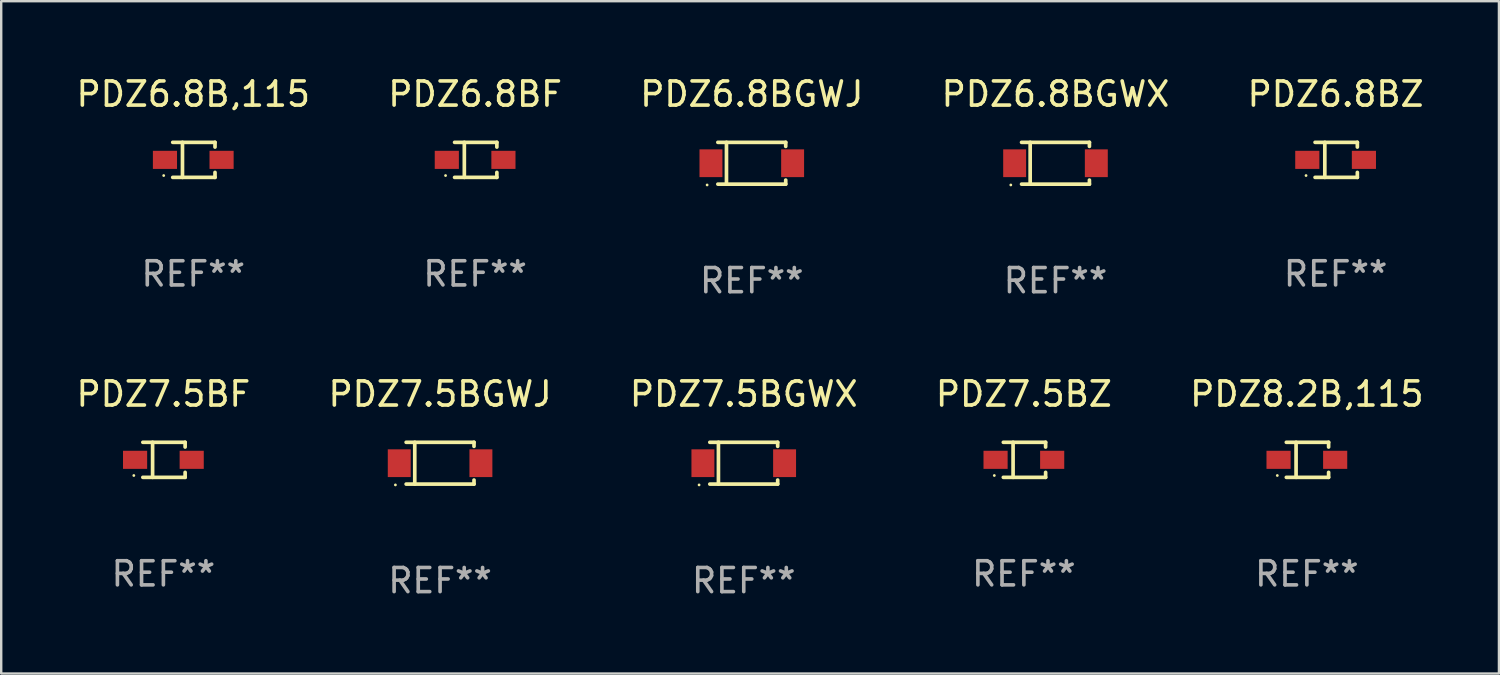
<source format=kicad_pcb>
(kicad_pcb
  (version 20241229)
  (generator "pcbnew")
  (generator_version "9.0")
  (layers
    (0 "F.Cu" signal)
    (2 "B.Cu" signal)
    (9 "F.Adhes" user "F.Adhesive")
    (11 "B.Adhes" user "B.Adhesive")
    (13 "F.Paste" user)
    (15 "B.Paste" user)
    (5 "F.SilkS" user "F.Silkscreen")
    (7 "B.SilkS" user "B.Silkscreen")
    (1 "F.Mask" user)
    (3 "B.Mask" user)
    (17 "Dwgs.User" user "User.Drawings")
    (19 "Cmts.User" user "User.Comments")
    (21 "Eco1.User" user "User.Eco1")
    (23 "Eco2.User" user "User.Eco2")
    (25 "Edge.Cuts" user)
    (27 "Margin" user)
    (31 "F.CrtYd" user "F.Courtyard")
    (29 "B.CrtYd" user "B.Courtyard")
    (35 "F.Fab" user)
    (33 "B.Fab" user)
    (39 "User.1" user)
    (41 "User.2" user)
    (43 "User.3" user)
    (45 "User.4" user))
  (footprint "PDZ6.8BF"
    (layer "F.Cu")
    (at 16.637 3.574)
    (property "Reference" "PDZ6.8BF" (at 0 -2.726 0) (layer "F.SilkS") (effects (font (size 1 1) (thickness 0.15))))
    (attr through_hole)
    (fp_line (start -0.851 -0.726) (end 0.901 -0.726) (stroke (width 0.152) (type solid)) (layer "F.SilkS"))
    (fp_line (start -0.851 0.726) (end 0.901 0.726) (stroke (width 0.152) (type solid)) (layer "F.SilkS"))
    (fp_line (start -0.447 -0.726) (end -0.447 0.726) (stroke (width 0.152) (type solid)) (layer "F.SilkS"))
    (fp_line (start 0.901 -0.726) (end 0.901 -0.53) (stroke (width 0.152) (type solid)) (layer "F.SilkS"))
    (fp_line (start 0.901 0.726) (end 0.901 0.52) (stroke (width 0.152) (type solid)) (layer "F.SilkS"))
    (fp_circle (center -1.225 0.65) (end -1.195 0.65) (stroke (width 0.06) (type solid)) (fill no) (layer "F.SilkS"))
    (fp_text user "REF**" (at 0 4.726 0) (layer "F.Fab") (effects (font (size 1 1) (thickness 0.15))))
    (pad "1" smd rect (at -1.173 0) (size 1 0.75) (layers "F.Cu" "F.Mask" "F.Paste"))
    (pad "2" smd rect (at 1.173 0) (size 1 0.75) (layers "F.Cu" "F.Mask" "F.Paste")))
  (footprint "PDZ7.5BGWX"
    (layer "F.Cu")
    (at 27.768 16.143)
    (property "Reference" "PDZ7.5BGWX" (at 0 -2.866 0) (layer "F.SilkS") (effects (font (size 1 1) (thickness 0.15))))
    (attr through_hole)
    (fp_line (start -1.406 -0.866) (end 1.406 -0.866) (stroke (width 0.152) (type solid)) (layer "F.SilkS"))
    (fp_line (start -1.406 0.866) (end 1.406 0.866) (stroke (width 0.152) (type solid)) (layer "F.SilkS"))
    (fp_line (start -1.049 -0.866) (end -1.049 0.866) (stroke (width 0.152) (type solid)) (layer "F.SilkS"))
    (fp_line (start 1.406 -0.866) (end 1.406 -0.698) (stroke (width 0.152) (type solid)) (layer "F.SilkS"))
    (fp_line (start 1.406 0.866) (end 1.406 0.698) (stroke (width 0.152) (type solid)) (layer "F.SilkS"))
    (fp_circle (center -1.851 0.9) (end -1.821 0.9) (stroke (width 0.06) (type solid)) (fill no) (layer "F.SilkS"))
    (fp_text user "REF**" (at 0 4.866 0) (layer "F.Fab") (effects (font (size 1 1) (thickness 0.15))))
    (pad "1" smd rect (at -1.692 0) (size 0.95 1.15) (layers "F.Cu" "F.Mask" "F.Paste"))
    (pad "2" smd rect (at 1.692 0) (size 0.95 1.15) (layers "F.Cu" "F.Mask" "F.Paste")))
  (footprint "PDZ6.8BZ"
    (layer "F.Cu")
    (at 52.292 3.574)
    (property "Reference" "PDZ6.8BZ" (at 0 -2.726 0) (layer "F.SilkS") (effects (font (size 1 1) (thickness 0.15))))
    (attr through_hole)
    (fp_line (start -0.851 -0.726) (end 0.901 -0.726) (stroke (width 0.152) (type solid)) (layer "F.SilkS"))
    (fp_line (start -0.851 0.726) (end 0.901 0.726) (stroke (width 0.152) (type solid)) (layer "F.SilkS"))
    (fp_line (start -0.447 -0.726) (end -0.447 0.726) (stroke (width 0.152) (type solid)) (layer "F.SilkS"))
    (fp_line (start 0.901 -0.726) (end 0.901 -0.53) (stroke (width 0.152) (type solid)) (layer "F.SilkS"))
    (fp_line (start 0.901 0.726) (end 0.901 0.52) (stroke (width 0.152) (type solid)) (layer "F.SilkS"))
    (fp_circle (center -1.225 0.65) (end -1.195 0.65) (stroke (width 0.06) (type solid)) (fill no) (layer "F.SilkS"))
    (fp_text user "REF**" (at 0 4.726 0) (layer "F.Fab") (effects (font (size 1 1) (thickness 0.15))))
    (pad "1" smd rect (at -1.173 0) (size 1 0.75) (layers "F.Cu" "F.Mask" "F.Paste"))
    (pad "2" smd rect (at 1.173 0) (size 1 0.75) (layers "F.Cu" "F.Mask" "F.Paste")))
  (footprint "PDZ7.5BGWJ"
    (layer "F.Cu")
    (at 15.185 16.143)
    (property "Reference" "PDZ7.5BGWJ" (at 0 -2.866 0) (layer "F.SilkS") (effects (font (size 1 1) (thickness 0.15))))
    (attr through_hole)
    (fp_line (start -1.406 -0.866) (end 1.406 -0.866) (stroke (width 0.152) (type solid)) (layer "F.SilkS"))
    (fp_line (start -1.406 0.866) (end 1.406 0.866) (stroke (width 0.152) (type solid)) (layer "F.SilkS"))
    (fp_line (start -1.049 -0.866) (end -1.049 0.866) (stroke (width 0.152) (type solid)) (layer "F.SilkS"))
    (fp_line (start 1.406 -0.866) (end 1.406 -0.698) (stroke (width 0.152) (type solid)) (layer "F.SilkS"))
    (fp_line (start 1.406 0.866) (end 1.406 0.698) (stroke (width 0.152) (type solid)) (layer "F.SilkS"))
    (fp_circle (center -1.851 0.9) (end -1.821 0.9) (stroke (width 0.06) (type solid)) (fill no) (layer "F.SilkS"))
    (fp_text user "REF**" (at 0 4.866 0) (layer "F.Fab") (effects (font (size 1 1) (thickness 0.15))))
    (pad "1" smd rect (at -1.692 0) (size 0.95 1.15) (layers "F.Cu" "F.Mask" "F.Paste"))
    (pad "2" smd rect (at 1.692 0) (size 0.95 1.15) (layers "F.Cu" "F.Mask" "F.Paste")))
  (footprint "PDZ6.8BGWX"
    (layer "F.Cu")
    (at 40.685 3.714)
    (property "Reference" "PDZ6.8BGWX" (at 0 -2.866 0) (layer "F.SilkS") (effects (font (size 1 1) (thickness 0.15))))
    (attr through_hole)
    (fp_line (start -1.406 -0.866) (end 1.406 -0.866) (stroke (width 0.152) (type solid)) (layer "F.SilkS"))
    (fp_line (start -1.406 0.866) (end 1.406 0.866) (stroke (width 0.152) (type solid)) (layer "F.SilkS"))
    (fp_line (start -1.049 -0.866) (end -1.049 0.866) (stroke (width 0.152) (type solid)) (layer "F.SilkS"))
    (fp_line (start 1.406 -0.866) (end 1.406 -0.698) (stroke (width 0.152) (type solid)) (layer "F.SilkS"))
    (fp_line (start 1.406 0.866) (end 1.406 0.698) (stroke (width 0.152) (type solid)) (layer "F.SilkS"))
    (fp_circle (center -1.851 0.9) (end -1.821 0.9) (stroke (width 0.06) (type solid)) (fill no) (layer "F.SilkS"))
    (fp_text user "REF**" (at 0 4.866 0) (layer "F.Fab") (effects (font (size 1 1) (thickness 0.15))))
    (pad "1" smd rect (at -1.692 0) (size 0.95 1.15) (layers "F.Cu" "F.Mask" "F.Paste"))
    (pad "2" smd rect (at 1.692 0) (size 0.95 1.15) (layers "F.Cu" "F.Mask" "F.Paste")))
  (footprint "PDZ7.5BZ"
    (layer "F.Cu")
    (at 39.375 16.003)
    (property "Reference" "PDZ7.5BZ" (at 0 -2.726 0) (layer "F.SilkS") (effects (font (size 1 1) (thickness 0.15))))
    (attr through_hole)
    (fp_line (start -0.851 -0.726) (end 0.901 -0.726) (stroke (width 0.152) (type solid)) (layer "F.SilkS"))
    (fp_line (start -0.851 0.726) (end 0.901 0.726) (stroke (width 0.152) (type solid)) (layer "F.SilkS"))
    (fp_line (start -0.447 -0.726) (end -0.447 0.726) (stroke (width 0.152) (type solid)) (layer "F.SilkS"))
    (fp_line (start 0.901 -0.726) (end 0.901 -0.53) (stroke (width 0.152) (type solid)) (layer "F.SilkS"))
    (fp_line (start 0.901 0.726) (end 0.901 0.52) (stroke (width 0.152) (type solid)) (layer "F.SilkS"))
    (fp_circle (center -1.225 0.65) (end -1.195 0.65) (stroke (width 0.06) (type solid)) (fill no) (layer "F.SilkS"))
    (fp_text user "REF**" (at 0 4.726 0) (layer "F.Fab") (effects (font (size 1 1) (thickness 0.15))))
    (pad "1" smd rect (at -1.173 0) (size 1 0.75) (layers "F.Cu" "F.Mask" "F.Paste"))
    (pad "2" smd rect (at 1.173 0) (size 1 0.75) (layers "F.Cu" "F.Mask" "F.Paste")))
  (footprint "PDZ6.8BGWJ"
    (layer "F.Cu")
    (at 28.101 3.714)
    (property "Reference" "PDZ6.8BGWJ" (at 0 -2.866 0) (layer "F.SilkS") (effects (font (size 1 1) (thickness 0.15))))
    (attr through_hole)
    (fp_line (start -1.406 -0.866) (end 1.406 -0.866) (stroke (width 0.152) (type solid)) (layer "F.SilkS"))
    (fp_line (start -1.406 0.866) (end 1.406 0.866) (stroke (width 0.152) (type solid)) (layer "F.SilkS"))
    (fp_line (start -1.049 -0.866) (end -1.049 0.866) (stroke (width 0.152) (type solid)) (layer "F.SilkS"))
    (fp_line (start 1.406 -0.866) (end 1.406 -0.698) (stroke (width 0.152) (type solid)) (layer "F.SilkS"))
    (fp_line (start 1.406 0.866) (end 1.406 0.698) (stroke (width 0.152) (type solid)) (layer "F.SilkS"))
    (fp_circle (center -1.851 0.9) (end -1.821 0.9) (stroke (width 0.06) (type solid)) (fill no) (layer "F.SilkS"))
    (fp_text user "REF**" (at 0 4.866 0) (layer "F.Fab") (effects (font (size 1 1) (thickness 0.15))))
    (pad "1" smd rect (at -1.692 0) (size 0.95 1.15) (layers "F.Cu" "F.Mask" "F.Paste"))
    (pad "2" smd rect (at 1.692 0) (size 0.95 1.15) (layers "F.Cu" "F.Mask" "F.Paste")))
  (footprint "PDZ8.2B,115"
    (layer "F.Cu")
    (at 51.101 16.003)
    (property "Reference" "PDZ8.2B,115" (at 0 -2.726 0) (layer "F.SilkS") (effects (font (size 1 1) (thickness 0.15))))
    (attr through_hole)
    (fp_line (start -0.851 -0.726) (end 0.901 -0.726) (stroke (width 0.152) (type solid)) (layer "F.SilkS"))
    (fp_line (start -0.851 0.726) (end 0.901 0.726) (stroke (width 0.152) (type solid)) (layer "F.SilkS"))
    (fp_line (start -0.447 -0.726) (end -0.447 0.726) (stroke (width 0.152) (type solid)) (layer "F.SilkS"))
    (fp_line (start 0.901 -0.726) (end 0.901 -0.53) (stroke (width 0.152) (type solid)) (layer "F.SilkS"))
    (fp_line (start 0.901 0.726) (end 0.901 0.52) (stroke (width 0.152) (type solid)) (layer "F.SilkS"))
    (fp_circle (center -1.225 0.65) (end -1.195 0.65) (stroke (width 0.06) (type solid)) (fill no) (layer "F.SilkS"))
    (fp_text user "REF**" (at 0 4.726 0) (layer "F.Fab") (effects (font (size 1 1) (thickness 0.15))))
    (pad "1" smd rect (at -1.173 0) (size 1 0.75) (layers "F.Cu" "F.Mask" "F.Paste"))
    (pad "2" smd rect (at 1.173 0) (size 1 0.75) (layers "F.Cu" "F.Mask" "F.Paste")))
  (footprint "PDZ6.8B,115"
    (layer "F.Cu")
    (at 4.958 3.574)
    (property "Reference" "PDZ6.8B,115" (at 0 -2.726 0) (layer "F.SilkS") (effects (font (size 1 1) (thickness 0.15))))
    (attr through_hole)
    (fp_line (start -0.851 -0.726) (end 0.901 -0.726) (stroke (width 0.152) (type solid)) (layer "F.SilkS"))
    (fp_line (start -0.851 0.726) (end 0.901 0.726) (stroke (width 0.152) (type solid)) (layer "F.SilkS"))
    (fp_line (start -0.447 -0.726) (end -0.447 0.726) (stroke (width 0.152) (type solid)) (layer "F.SilkS"))
    (fp_line (start 0.901 -0.726) (end 0.901 -0.53) (stroke (width 0.152) (type solid)) (layer "F.SilkS"))
    (fp_line (start 0.901 0.726) (end 0.901 0.52) (stroke (width 0.152) (type solid)) (layer "F.SilkS"))
    (fp_circle (center -1.225 0.65) (end -1.195 0.65) (stroke (width 0.06) (type solid)) (fill no) (layer "F.SilkS"))
    (fp_text user "REF**" (at 0 4.726 0) (layer "F.Fab") (effects (font (size 1 1) (thickness 0.15))))
    (pad "1" smd rect (at -1.173 0) (size 1 0.75) (layers "F.Cu" "F.Mask" "F.Paste"))
    (pad "2" smd rect (at 1.173 0) (size 1 0.75) (layers "F.Cu" "F.Mask" "F.Paste")))
  (footprint "PDZ7.5BF"
    (layer "F.Cu")
    (at 3.72 16.003)
    (property "Reference" "PDZ7.5BF" (at 0 -2.726 0) (layer "F.SilkS") (effects (font (size 1 1) (thickness 0.15))))
    (attr through_hole)
    (fp_line (start -0.851 -0.726) (end 0.901 -0.726) (stroke (width 0.152) (type solid)) (layer "F.SilkS"))
    (fp_line (start -0.851 0.726) (end 0.901 0.726) (stroke (width 0.152) (type solid)) (layer "F.SilkS"))
    (fp_line (start -0.447 -0.726) (end -0.447 0.726) (stroke (width 0.152) (type solid)) (layer "F.SilkS"))
    (fp_line (start 0.901 -0.726) (end 0.901 -0.53) (stroke (width 0.152) (type solid)) (layer "F.SilkS"))
    (fp_line (start 0.901 0.726) (end 0.901 0.52) (stroke (width 0.152) (type solid)) (layer "F.SilkS"))
    (fp_circle (center -1.225 0.65) (end -1.195 0.65) (stroke (width 0.06) (type solid)) (fill no) (layer "F.SilkS"))
    (fp_text user "REF**" (at 0 4.726 0) (layer "F.Fab") (effects (font (size 1 1) (thickness 0.15))))
    (pad "1" smd rect (at -1.173 0) (size 1 0.75) (layers "F.Cu" "F.Mask" "F.Paste"))
    (pad "2" smd rect (at 1.173 0) (size 1 0.75) (layers "F.Cu" "F.Mask" "F.Paste")))
  (gr_rect
    (start -3 -3)
    (end 59.06 24.858)
    (stroke (width 0.1) (type default))
    (fill no)
    (layer "Edge.Cuts")))
</source>
